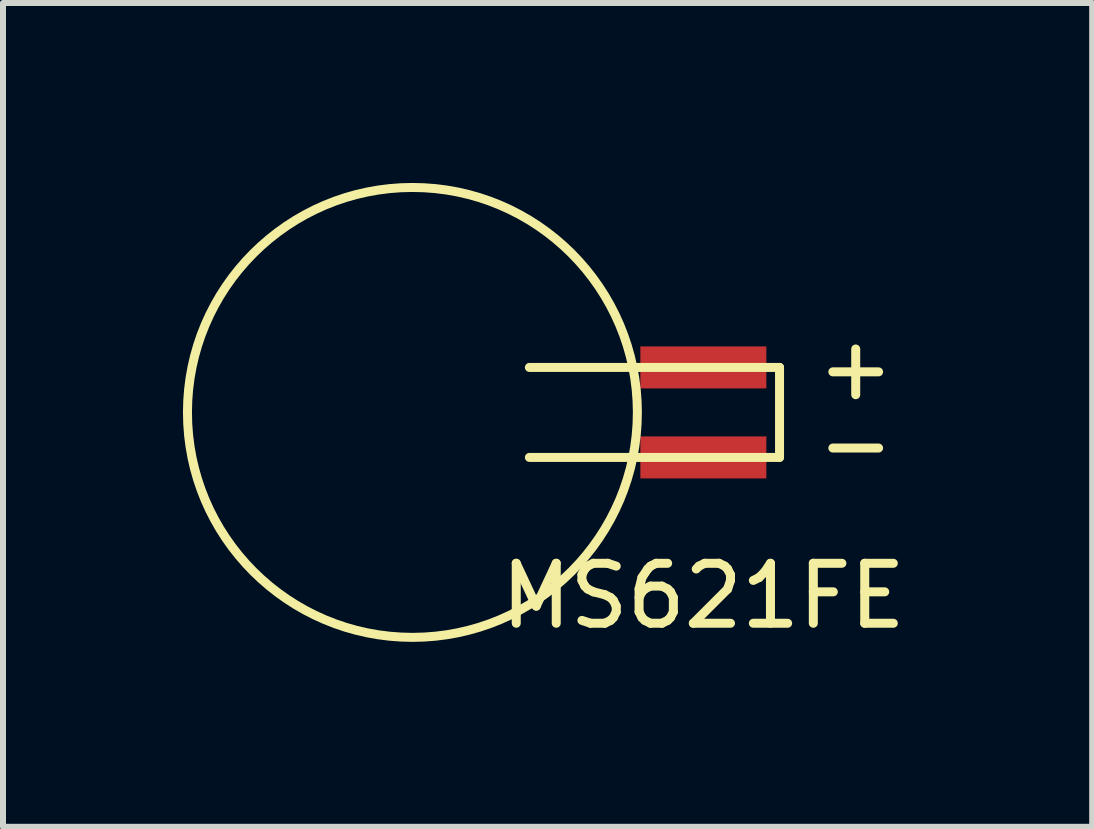
<source format=kicad_pcb>
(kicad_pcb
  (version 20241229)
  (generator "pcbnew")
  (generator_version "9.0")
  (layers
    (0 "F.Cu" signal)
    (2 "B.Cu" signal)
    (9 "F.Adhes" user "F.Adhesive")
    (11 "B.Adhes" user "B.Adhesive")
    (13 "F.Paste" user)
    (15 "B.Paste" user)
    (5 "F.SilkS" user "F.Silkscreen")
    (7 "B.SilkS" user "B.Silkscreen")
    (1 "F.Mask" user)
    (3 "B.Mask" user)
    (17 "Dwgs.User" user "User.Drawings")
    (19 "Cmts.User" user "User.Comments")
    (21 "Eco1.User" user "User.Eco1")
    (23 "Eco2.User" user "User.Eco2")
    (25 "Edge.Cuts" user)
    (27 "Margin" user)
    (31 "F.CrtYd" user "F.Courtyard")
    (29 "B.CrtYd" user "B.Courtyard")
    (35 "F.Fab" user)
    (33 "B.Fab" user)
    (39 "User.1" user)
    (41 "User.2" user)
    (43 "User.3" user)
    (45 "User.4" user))
  (footprint "MS621FE"
    (layer "F.Cu")
    (at 8.675 3.075)
    (property "Reference" "MS621FE" (at 0 3.81 0) (layer "F.SilkS") (effects (font (size 1 1) (thickness 0.15))))
    (attr through_hole)
    (fp_line (start 1.27 0) (end -2.9 0) (stroke (width 0.15) (type solid)) (layer "F.SilkS"))
    (fp_line (start 1.27 0) (end 1.27 1.5) (stroke (width 0.15) (type solid)) (layer "F.SilkS"))
    (fp_line (start 1.27 1.5) (end -2.9 1.5) (stroke (width 0.15) (type solid)) (layer "F.SilkS"))
    (fp_circle (center -4.85 0.75) (end -4.85 -3) (stroke (width 0.15) (type solid)) (fill no) (layer "F.SilkS"))
    (fp_text user "-" (at 2.54 1.27 0) (layer "F.SilkS") (effects (font (size 1 1) (thickness 0.15))))
    (fp_text user "+" (at 2.54 0 0) (layer "F.SilkS") (effects (font (size 1 1) (thickness 0.15))))
    (pad "1" smd rect (at 0 0) (size 2.1 0.7) (layers "F.Cu" "F.Mask" "F.Paste"))
    (pad "2" smd rect (at 0 1.5) (size 2.1 0.7) (layers "F.Cu" "F.Mask" "F.Paste")))
  (gr_rect
    (start -3 -3)
    (end 15.157 10.733)
    (stroke (width 0.1) (type default))
    (fill no)
    (layer "Edge.Cuts")))
</source>
